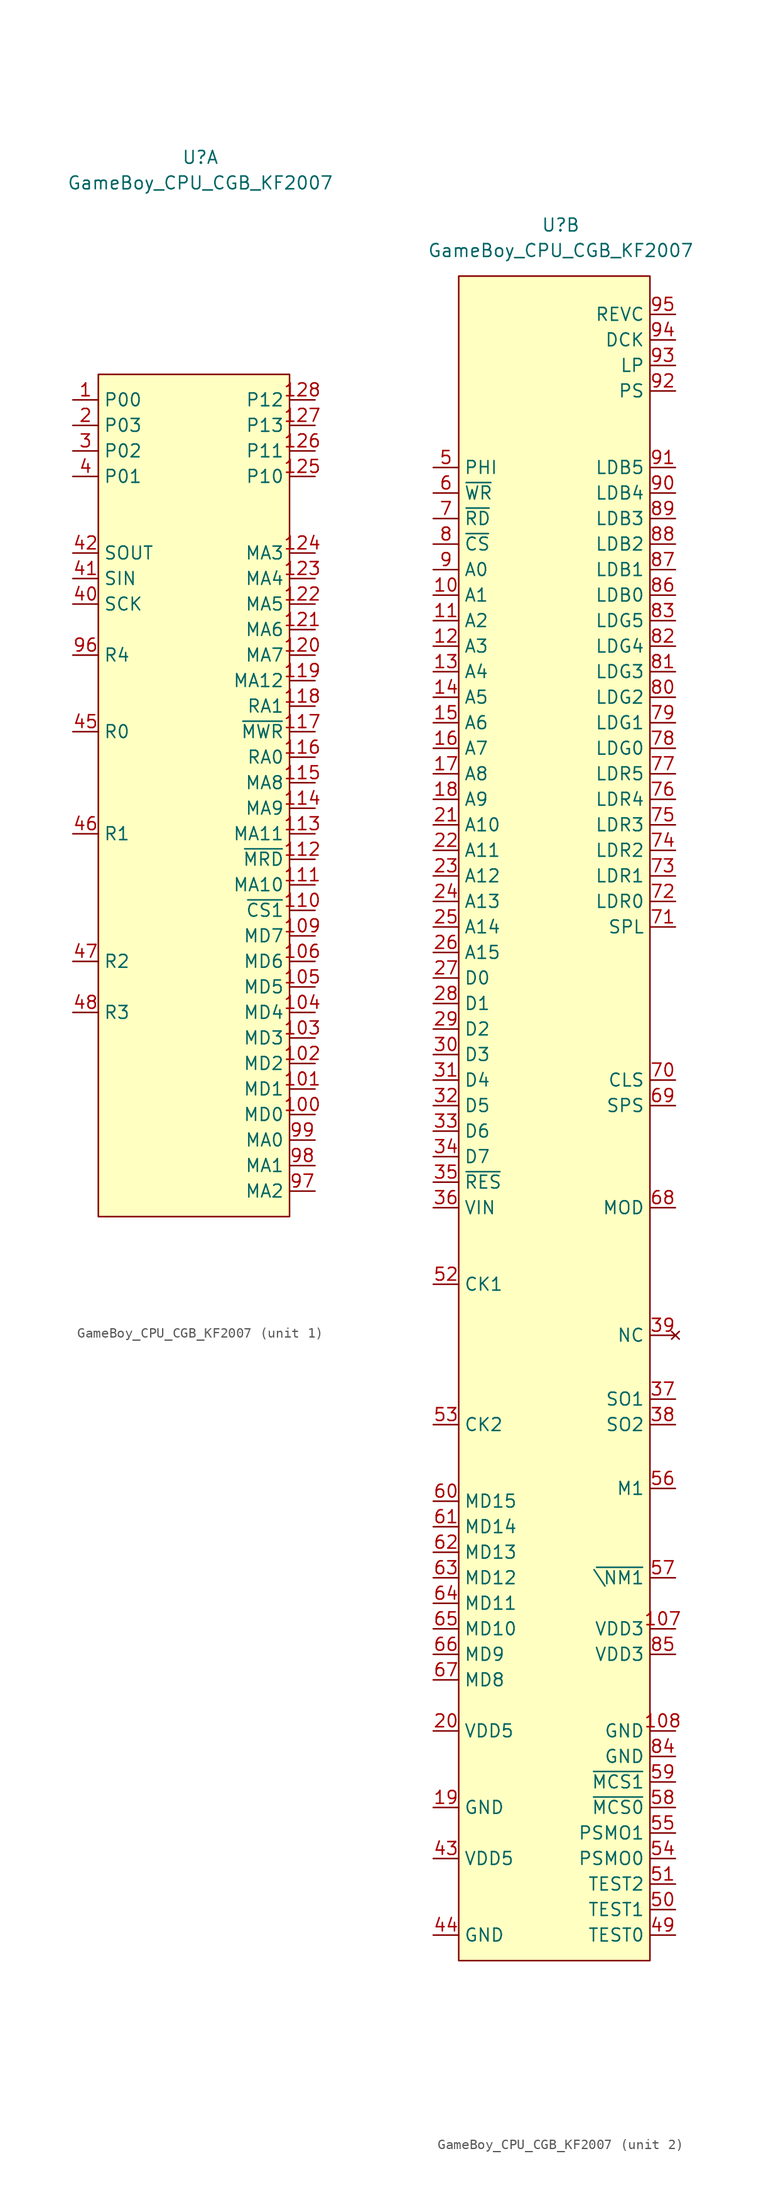
<source format=kicad_sym>
(kicad_symbol_lib
  (version 20241209)
  (generator "kicad_symbol_editor")
  (generator_version "9.0")
  (symbol "GameBoy_CPU_CGB_KF2007"
    (property "Reference" "U"
      (at 0 135.89 0)
      (effects (font (size 1.27 1.27))))
    (property "Value" "GameBoy_CPU_CGB_KF2007"
      (at 0 133.35 0)
      (effects (font (size 1.27 1.27))))
    (property "ki_locked" ""
      (at 0 0 0)
      (effects (font (size 1.27 1.27))))
    (symbol "GameBoy_CPU_CGB_KF2007_1_1"
      (rectangle (start -10.16 114.3) (end 8.89 30.48) (stroke (width 0) (type solid)) (fill (type background)))
      (pin input line (at -12.7 111.76 0) (length 2.54) (name "P00" (effects (font (size 1.27 1.27)))) (number "1" (effects (font (size 1.27 1.27)))))
      (pin input line (at -12.7 109.22 0) (length 2.54) (name "P03" (effects (font (size 1.27 1.27)))) (number "2" (effects (font (size 1.27 1.27)))))
      (pin input line (at -12.7 106.68 0) (length 2.54) (name "P02" (effects (font (size 1.27 1.27)))) (number "3" (effects (font (size 1.27 1.27)))))
      (pin input line (at -12.7 104.14 0) (length 2.54) (name "P01" (effects (font (size 1.27 1.27)))) (number "4" (effects (font (size 1.27 1.27)))))
      (pin output line (at -12.7 96.52 0) (length 2.54) (name "SOUT" (effects (font (size 1.27 1.27)))) (number "42" (effects (font (size 1.27 1.27)))))
      (pin input line (at -12.7 93.98 0) (length 2.54) (name "SIN" (effects (font (size 1.27 1.27)))) (number "41" (effects (font (size 1.27 1.27)))))
      (pin bidirectional line (at -12.7 91.44 0) (length 2.54) (name "SCK" (effects (font (size 1.27 1.27)))) (number "40" (effects (font (size 1.27 1.27)))))
      (pin input line (at -12.7 86.36 0) (length 2.54) (name "R4" (effects (font (size 1.27 1.27)))) (number "96" (effects (font (size 1.27 1.27)))))
      (pin output line (at -12.7 78.74 0) (length 2.54) (name "R0" (effects (font (size 1.27 1.27)))) (number "45" (effects (font (size 1.27 1.27)))))
      (pin output line (at -12.7 68.58 0) (length 2.54) (name "R1" (effects (font (size 1.27 1.27)))) (number "46" (effects (font (size 1.27 1.27)))))
      (pin input line (at -12.7 55.88 0) (length 2.54) (name "R2" (effects (font (size 1.27 1.27)))) (number "47" (effects (font (size 1.27 1.27)))))
      (pin input line (at -12.7 50.8 0) (length 2.54) (name "R3" (effects (font (size 1.27 1.27)))) (number "48" (effects (font (size 1.27 1.27)))))
      (pin input line (at 11.43 111.76 180) (length 2.54) (name "P12" (effects (font (size 1.27 1.27)))) (number "128" (effects (font (size 1.27 1.27)))))
      (pin input line (at 11.43 109.22 180) (length 2.54) (name "P13" (effects (font (size 1.27 1.27)))) (number "127" (effects (font (size 1.27 1.27)))))
      (pin input line (at 11.43 106.68 180) (length 2.54) (name "P11" (effects (font (size 1.27 1.27)))) (number "126" (effects (font (size 1.27 1.27)))))
      (pin input line (at 11.43 104.14 180) (length 2.54) (name "P10" (effects (font (size 1.27 1.27)))) (number "125" (effects (font (size 1.27 1.27)))))
      (pin output line (at 11.43 96.52 180) (length 2.54) (name "MA3" (effects (font (size 1.27 1.27)))) (number "124" (effects (font (size 1.27 1.27)))))
      (pin output line (at 11.43 93.98 180) (length 2.54) (name "MA4" (effects (font (size 1.27 1.27)))) (number "123" (effects (font (size 1.27 1.27)))))
      (pin output line (at 11.43 91.44 180) (length 2.54) (name "MA5" (effects (font (size 1.27 1.27)))) (number "122" (effects (font (size 1.27 1.27)))))
      (pin output line (at 11.43 88.9 180) (length 2.54) (name "MA6" (effects (font (size 1.27 1.27)))) (number "121" (effects (font (size 1.27 1.27)))))
      (pin output line (at 11.43 86.36 180) (length 2.54) (name "MA7" (effects (font (size 1.27 1.27)))) (number "120" (effects (font (size 1.27 1.27)))))
      (pin output line (at 11.43 83.82 180) (length 2.54) (name "MA12" (effects (font (size 1.27 1.27)))) (number "119" (effects (font (size 1.27 1.27)))))
      (pin output line (at 11.43 81.28 180) (length 2.54) (name "RA1" (effects (font (size 1.27 1.27)))) (number "118" (effects (font (size 1.27 1.27)))))
      (pin output line (at 11.43 78.74 180) (length 2.54) (name "~{MWR}" (effects (font (size 1.27 1.27)))) (number "117" (effects (font (size 1.27 1.27)))))
      (pin output line (at 11.43 76.2 180) (length 2.54) (name "RA0" (effects (font (size 1.27 1.27)))) (number "116" (effects (font (size 1.27 1.27)))))
      (pin output line (at 11.43 73.66 180) (length 2.54) (name "MA8" (effects (font (size 1.27 1.27)))) (number "115" (effects (font (size 1.27 1.27)))))
      (pin output line (at 11.43 71.12 180) (length 2.54) (name "MA9" (effects (font (size 1.27 1.27)))) (number "114" (effects (font (size 1.27 1.27)))))
      (pin output line (at 11.43 68.58 180) (length 2.54) (name "MA11" (effects (font (size 1.27 1.27)))) (number "113" (effects (font (size 1.27 1.27)))))
      (pin output line (at 11.43 66.04 180) (length 2.54) (name "~{MRD}" (effects (font (size 1.27 1.27)))) (number "112" (effects (font (size 1.27 1.27)))))
      (pin output line (at 11.43 63.5 180) (length 2.54) (name "MA10" (effects (font (size 1.27 1.27)))) (number "111" (effects (font (size 1.27 1.27)))))
      (pin output line (at 11.43 60.96 180) (length 2.54) (name "~{CS1}" (effects (font (size 1.27 1.27)))) (number "110" (effects (font (size 1.27 1.27)))))
      (pin bidirectional line (at 11.43 58.42 180) (length 2.54) (name "MD7" (effects (font (size 1.27 1.27)))) (number "109" (effects (font (size 1.27 1.27)))))
      (pin bidirectional line (at 11.43 55.88 180) (length 2.54) (name "MD6" (effects (font (size 1.27 1.27)))) (number "106" (effects (font (size 1.27 1.27)))))
      (pin bidirectional line (at 11.43 53.34 180) (length 2.54) (name "MD5" (effects (font (size 1.27 1.27)))) (number "105" (effects (font (size 1.27 1.27)))))
      (pin bidirectional line (at 11.43 50.8 180) (length 2.54) (name "MD4" (effects (font (size 1.27 1.27)))) (number "104" (effects (font (size 1.27 1.27)))))
      (pin bidirectional line (at 11.43 48.26 180) (length 2.54) (name "MD3" (effects (font (size 1.27 1.27)))) (number "103" (effects (font (size 1.27 1.27)))))
      (pin bidirectional line (at 11.43 45.72 180) (length 2.54) (name "MD2" (effects (font (size 1.27 1.27)))) (number "102" (effects (font (size 1.27 1.27)))))
      (pin bidirectional line (at 11.43 43.18 180) (length 2.54) (name "MD1" (effects (font (size 1.27 1.27)))) (number "101" (effects (font (size 1.27 1.27)))))
      (pin bidirectional line (at 11.43 40.64 180) (length 2.54) (name "MD0" (effects (font (size 1.27 1.27)))) (number "100" (effects (font (size 1.27 1.27)))))
      (pin output line (at 11.43 38.1 180) (length 2.54) (name "MA0" (effects (font (size 1.27 1.27)))) (number "99" (effects (font (size 1.27 1.27)))))
      (pin output line (at 11.43 35.56 180) (length 2.54) (name "MA1" (effects (font (size 1.27 1.27)))) (number "98" (effects (font (size 1.27 1.27)))))
      (pin output line (at 11.43 33.02 180) (length 2.54) (name "MA2" (effects (font (size 1.27 1.27)))) (number "97" (effects (font (size 1.27 1.27))))))
    (symbol "GameBoy_CPU_CGB_KF2007_2_1"
      (rectangle (start -10.16 130.81) (end 8.89 -36.83) (stroke (width 0) (type solid)) (fill (type background)))
      (pin output line (at -12.7 111.76 0) (length 2.54) (name "PHI" (effects (font (size 1.27 1.27)))) (number "5" (effects (font (size 1.27 1.27)))))
      (pin output line (at -12.7 109.22 0) (length 2.54) (name "~{WR}" (effects (font (size 1.27 1.27)))) (number "6" (effects (font (size 1.27 1.27)))))
      (pin output line (at -12.7 106.68 0) (length 2.54) (name "~{RD}" (effects (font (size 1.27 1.27)))) (number "7" (effects (font (size 1.27 1.27)))))
      (pin output line (at -12.7 104.14 0) (length 2.54) (name "~{CS}" (effects (font (size 1.27 1.27)))) (number "8" (effects (font (size 1.27 1.27)))))
      (pin output line (at -12.7 101.6 0) (length 2.54) (name "A0" (effects (font (size 1.27 1.27)))) (number "9" (effects (font (size 1.27 1.27)))))
      (pin output line (at -12.7 99.06 0) (length 2.54) (name "A1" (effects (font (size 1.27 1.27)))) (number "10" (effects (font (size 1.27 1.27)))))
      (pin output line (at -12.7 96.52 0) (length 2.54) (name "A2" (effects (font (size 1.27 1.27)))) (number "11" (effects (font (size 1.27 1.27)))))
      (pin output line (at -12.7 93.98 0) (length 2.54) (name "A3" (effects (font (size 1.27 1.27)))) (number "12" (effects (font (size 1.27 1.27)))))
      (pin output line (at -12.7 91.44 0) (length 2.54) (name "A4" (effects (font (size 1.27 1.27)))) (number "13" (effects (font (size 1.27 1.27)))))
      (pin output line (at -12.7 88.9 0) (length 2.54) (name "A5" (effects (font (size 1.27 1.27)))) (number "14" (effects (font (size 1.27 1.27)))))
      (pin output line (at -12.7 86.36 0) (length 2.54) (name "A6" (effects (font (size 1.27 1.27)))) (number "15" (effects (font (size 1.27 1.27)))))
      (pin output line (at -12.7 83.82 0) (length 2.54) (name "A7" (effects (font (size 1.27 1.27)))) (number "16" (effects (font (size 1.27 1.27)))))
      (pin output line (at -12.7 81.28 0) (length 2.54) (name "A8" (effects (font (size 1.27 1.27)))) (number "17" (effects (font (size 1.27 1.27)))))
      (pin output line (at -12.7 78.74 0) (length 2.54) (name "A9" (effects (font (size 1.27 1.27)))) (number "18" (effects (font (size 1.27 1.27)))))
      (pin output line (at -12.7 76.2 0) (length 2.54) (name "A10" (effects (font (size 1.27 1.27)))) (number "21" (effects (font (size 1.27 1.27)))))
      (pin output line (at -12.7 73.66 0) (length 2.54) (name "A11" (effects (font (size 1.27 1.27)))) (number "22" (effects (font (size 1.27 1.27)))))
      (pin output line (at -12.7 71.12 0) (length 2.54) (name "A12" (effects (font (size 1.27 1.27)))) (number "23" (effects (font (size 1.27 1.27)))))
      (pin output line (at -12.7 68.58 0) (length 2.54) (name "A13" (effects (font (size 1.27 1.27)))) (number "24" (effects (font (size 1.27 1.27)))))
      (pin output line (at -12.7 66.04 0) (length 2.54) (name "A14" (effects (font (size 1.27 1.27)))) (number "25" (effects (font (size 1.27 1.27)))))
      (pin output line (at -12.7 63.5 0) (length 2.54) (name "A15" (effects (font (size 1.27 1.27)))) (number "26" (effects (font (size 1.27 1.27)))))
      (pin bidirectional line (at -12.7 60.96 0) (length 2.54) (name "D0" (effects (font (size 1.27 1.27)))) (number "27" (effects (font (size 1.27 1.27)))))
      (pin bidirectional line (at -12.7 58.42 0) (length 2.54) (name "D1" (effects (font (size 1.27 1.27)))) (number "28" (effects (font (size 1.27 1.27)))))
      (pin bidirectional line (at -12.7 55.88 0) (length 2.54) (name "D2" (effects (font (size 1.27 1.27)))) (number "29" (effects (font (size 1.27 1.27)))))
      (pin bidirectional line (at -12.7 53.34 0) (length 2.54) (name "D3" (effects (font (size 1.27 1.27)))) (number "30" (effects (font (size 1.27 1.27)))))
      (pin bidirectional line (at -12.7 50.8 0) (length 2.54) (name "D4" (effects (font (size 1.27 1.27)))) (number "31" (effects (font (size 1.27 1.27)))))
      (pin bidirectional line (at -12.7 48.26 0) (length 2.54) (name "D5" (effects (font (size 1.27 1.27)))) (number "32" (effects (font (size 1.27 1.27)))))
      (pin bidirectional line (at -12.7 45.72 0) (length 2.54) (name "D6" (effects (font (size 1.27 1.27)))) (number "33" (effects (font (size 1.27 1.27)))))
      (pin bidirectional line (at -12.7 43.18 0) (length 2.54) (name "D7" (effects (font (size 1.27 1.27)))) (number "34" (effects (font (size 1.27 1.27)))))
      (pin input line (at -12.7 40.64 0) (length 2.54) (name "~{RES}" (effects (font (size 1.27 1.27)))) (number "35" (effects (font (size 1.27 1.27)))))
      (pin input line (at -12.7 38.1 0) (length 2.54) (name "VIN" (effects (font (size 1.27 1.27)))) (number "36" (effects (font (size 1.27 1.27)))))
      (pin input line (at -12.7 30.48 0) (length 2.54) (name "CK1" (effects (font (size 1.27 1.27)))) (number "52" (effects (font (size 1.27 1.27)))))
      (pin passive line (at -12.7 16.51 0) (length 2.54) (name "CK2" (effects (font (size 1.27 1.27)))) (number "53" (effects (font (size 1.27 1.27)))))
      (pin bidirectional line (at -12.7 8.89 0) (length 2.54) (name "MD15" (effects (font (size 1.27 1.27)))) (number "60" (effects (font (size 1.27 1.27)))))
      (pin bidirectional line (at -12.7 6.35 0) (length 2.54) (name "MD14" (effects (font (size 1.27 1.27)))) (number "61" (effects (font (size 1.27 1.27)))))
      (pin bidirectional line (at -12.7 3.81 0) (length 2.54) (name "MD13" (effects (font (size 1.27 1.27)))) (number "62" (effects (font (size 1.27 1.27)))))
      (pin bidirectional line (at -12.7 1.27 0) (length 2.54) (name "MD12" (effects (font (size 1.27 1.27)))) (number "63" (effects (font (size 1.27 1.27)))))
      (pin bidirectional line (at -12.7 -1.27 0) (length 2.54) (name "MD11" (effects (font (size 1.27 1.27)))) (number "64" (effects (font (size 1.27 1.27)))))
      (pin bidirectional line (at -12.7 -3.81 0) (length 2.54) (name "MD10" (effects (font (size 1.27 1.27)))) (number "65" (effects (font (size 1.27 1.27)))))
      (pin bidirectional line (at -12.7 -6.35 0) (length 2.54) (name "MD9" (effects (font (size 1.27 1.27)))) (number "66" (effects (font (size 1.27 1.27)))))
      (pin bidirectional line (at -12.7 -8.89 0) (length 2.54) (name "MD8" (effects (font (size 1.27 1.27)))) (number "67" (effects (font (size 1.27 1.27)))))
      (pin power_in line (at -12.7 -13.97 0) (length 2.54) (name "VDD5" (effects (font (size 1.27 1.27)))) (number "20" (effects (font (size 1.27 1.27)))))
      (pin power_in line (at -12.7 -21.59 0) (length 2.54) (name "GND" (effects (font (size 1.27 1.27)))) (number "19" (effects (font (size 1.27 1.27)))))
      (pin power_in line (at -12.7 -26.67 0) (length 2.54) (name "VDD5" (effects (font (size 1.27 1.27)))) (number "43" (effects (font (size 1.27 1.27)))))
      (pin power_in line (at -12.7 -34.29 0) (length 2.54) (name "GND" (effects (font (size 1.27 1.27)))) (number "44" (effects (font (size 1.27 1.27)))))
      (pin output line (at 11.43 127 180) (length 2.54) (name "REVC" (effects (font (size 1.27 1.27)))) (number "95" (effects (font (size 1.27 1.27)))))
      (pin output line (at 11.43 124.46 180) (length 2.54) (name "DCK" (effects (font (size 1.27 1.27)))) (number "94" (effects (font (size 1.27 1.27)))))
      (pin output line (at 11.43 121.92 180) (length 2.54) (name "LP" (effects (font (size 1.27 1.27)))) (number "93" (effects (font (size 1.27 1.27)))))
      (pin output line (at 11.43 119.38 180) (length 2.54) (name "PS" (effects (font (size 1.27 1.27)))) (number "92" (effects (font (size 1.27 1.27)))))
      (pin output line (at 11.43 111.76 180) (length 2.54) (name "LDB5" (effects (font (size 1.27 1.27)))) (number "91" (effects (font (size 1.27 1.27)))))
      (pin output line (at 11.43 109.22 180) (length 2.54) (name "LDB4" (effects (font (size 1.27 1.27)))) (number "90" (effects (font (size 1.27 1.27)))))
      (pin output line (at 11.43 106.68 180) (length 2.54) (name "LDB3" (effects (font (size 1.27 1.27)))) (number "89" (effects (font (size 1.27 1.27)))))
      (pin output line (at 11.43 104.14 180) (length 2.54) (name "LDB2" (effects (font (size 1.27 1.27)))) (number "88" (effects (font (size 1.27 1.27)))))
      (pin output line (at 11.43 101.6 180) (length 2.54) (name "LDB1" (effects (font (size 1.27 1.27)))) (number "87" (effects (font (size 1.27 1.27)))))
      (pin output line (at 11.43 99.06 180) (length 2.54) (name "LDB0" (effects (font (size 1.27 1.27)))) (number "86" (effects (font (size 1.27 1.27)))))
      (pin output line (at 11.43 96.52 180) (length 2.54) (name "LDG5" (effects (font (size 1.27 1.27)))) (number "83" (effects (font (size 1.27 1.27)))))
      (pin output line (at 11.43 93.98 180) (length 2.54) (name "LDG4" (effects (font (size 1.27 1.27)))) (number "82" (effects (font (size 1.27 1.27)))))
      (pin output line (at 11.43 91.44 180) (length 2.54) (name "LDG3" (effects (font (size 1.27 1.27)))) (number "81" (effects (font (size 1.27 1.27)))))
      (pin output line (at 11.43 88.9 180) (length 2.54) (name "LDG2" (effects (font (size 1.27 1.27)))) (number "80" (effects (font (size 1.27 1.27)))))
      (pin output line (at 11.43 86.36 180) (length 2.54) (name "LDG1" (effects (font (size 1.27 1.27)))) (number "79" (effects (font (size 1.27 1.27)))))
      (pin output line (at 11.43 83.82 180) (length 2.54) (name "LDG0" (effects (font (size 1.27 1.27)))) (number "78" (effects (font (size 1.27 1.27)))))
      (pin output line (at 11.43 81.28 180) (length 2.54) (name "LDR5" (effects (font (size 1.27 1.27)))) (number "77" (effects (font (size 1.27 1.27)))))
      (pin output line (at 11.43 78.74 180) (length 2.54) (name "LDR4" (effects (font (size 1.27 1.27)))) (number "76" (effects (font (size 1.27 1.27)))))
      (pin output line (at 11.43 76.2 180) (length 2.54) (name "LDR3" (effects (font (size 1.27 1.27)))) (number "75" (effects (font (size 1.27 1.27)))))
      (pin output line (at 11.43 73.66 180) (length 2.54) (name "LDR2" (effects (font (size 1.27 1.27)))) (number "74" (effects (font (size 1.27 1.27)))))
      (pin output line (at 11.43 71.12 180) (length 2.54) (name "LDR1" (effects (font (size 1.27 1.27)))) (number "73" (effects (font (size 1.27 1.27)))))
      (pin output line (at 11.43 68.58 180) (length 2.54) (name "LDR0" (effects (font (size 1.27 1.27)))) (number "72" (effects (font (size 1.27 1.27)))))
      (pin output line (at 11.43 66.04 180) (length 2.54) (name "SPL" (effects (font (size 1.27 1.27)))) (number "71" (effects (font (size 1.27 1.27)))))
      (pin output line (at 11.43 50.8 180) (length 2.54) (name "CLS" (effects (font (size 1.27 1.27)))) (number "70" (effects (font (size 1.27 1.27)))))
      (pin output line (at 11.43 48.26 180) (length 2.54) (name "SPS" (effects (font (size 1.27 1.27)))) (number "69" (effects (font (size 1.27 1.27)))))
      (pin output line (at 11.43 38.1 180) (length 2.54) (name "MOD" (effects (font (size 1.27 1.27)))) (number "68" (effects (font (size 1.27 1.27)))))
      (pin no_connect line (at 11.43 25.4 180) (length 2.54) (name "NC" (effects (font (size 1.27 1.27)))) (number "39" (effects (font (size 1.27 1.27)))))
      (pin output line (at 11.43 19.05 180) (length 2.54) (name "SO1" (effects (font (size 1.27 1.27)))) (number "37" (effects (font (size 1.27 1.27)))))
      (pin output line (at 11.43 16.51 180) (length 2.54) (name "SO2" (effects (font (size 1.27 1.27)))) (number "38" (effects (font (size 1.27 1.27)))))
      (pin output line (at 11.43 10.16 180) (length 2.54) (name "M1" (effects (font (size 1.27 1.27)))) (number "56" (effects (font (size 1.27 1.27)))))
      (pin input line (at 11.43 1.27 180) (length 2.54) (name "~{\\NM1}" (effects (font (size 1.27 1.27)))) (number "57" (effects (font (size 1.27 1.27)))))
      (pin power_in line (at 11.43 -3.81 180) (length 2.54) (name "VDD3" (effects (font (size 1.27 1.27)))) (number "107" (effects (font (size 1.27 1.27)))))
      (pin power_in line (at 11.43 -6.35 180) (length 2.54) (name "VDD3" (effects (font (size 1.27 1.27)))) (number "85" (effects (font (size 1.27 1.27)))))
      (pin power_in line (at 11.43 -13.97 180) (length 2.54) (name "GND" (effects (font (size 1.27 1.27)))) (number "108" (effects (font (size 1.27 1.27)))))
      (pin power_in line (at 11.43 -16.51 180) (length 2.54) (name "GND" (effects (font (size 1.27 1.27)))) (number "84" (effects (font (size 1.27 1.27)))))
      (pin output line (at 11.43 -19.05 180) (length 2.54) (name "~{MCS1}" (effects (font (size 1.27 1.27)))) (number "59" (effects (font (size 1.27 1.27)))))
      (pin output line (at 11.43 -21.59 180) (length 2.54) (name "~{MCS0}" (effects (font (size 1.27 1.27)))) (number "58" (effects (font (size 1.27 1.27)))))
      (pin output line (at 11.43 -24.13 180) (length 2.54) (name "PSMO1" (effects (font (size 1.27 1.27)))) (number "55" (effects (font (size 1.27 1.27)))))
      (pin output line (at 11.43 -26.67 180) (length 2.54) (name "PSMO0" (effects (font (size 1.27 1.27)))) (number "54" (effects (font (size 1.27 1.27)))))
      (pin input line (at 11.43 -29.21 180) (length 2.54) (name "TEST2" (effects (font (size 1.27 1.27)))) (number "51" (effects (font (size 1.27 1.27)))))
      (pin input line (at 11.43 -31.75 180) (length 2.54) (name "TEST1" (effects (font (size 1.27 1.27)))) (number "50" (effects (font (size 1.27 1.27)))))
      (pin input line (at 11.43 -34.29 180) (length 2.54) (name "TEST0" (effects (font (size 1.27 1.27)))) (number "49" (effects (font (size 1.27 1.27))))))))
</source>
